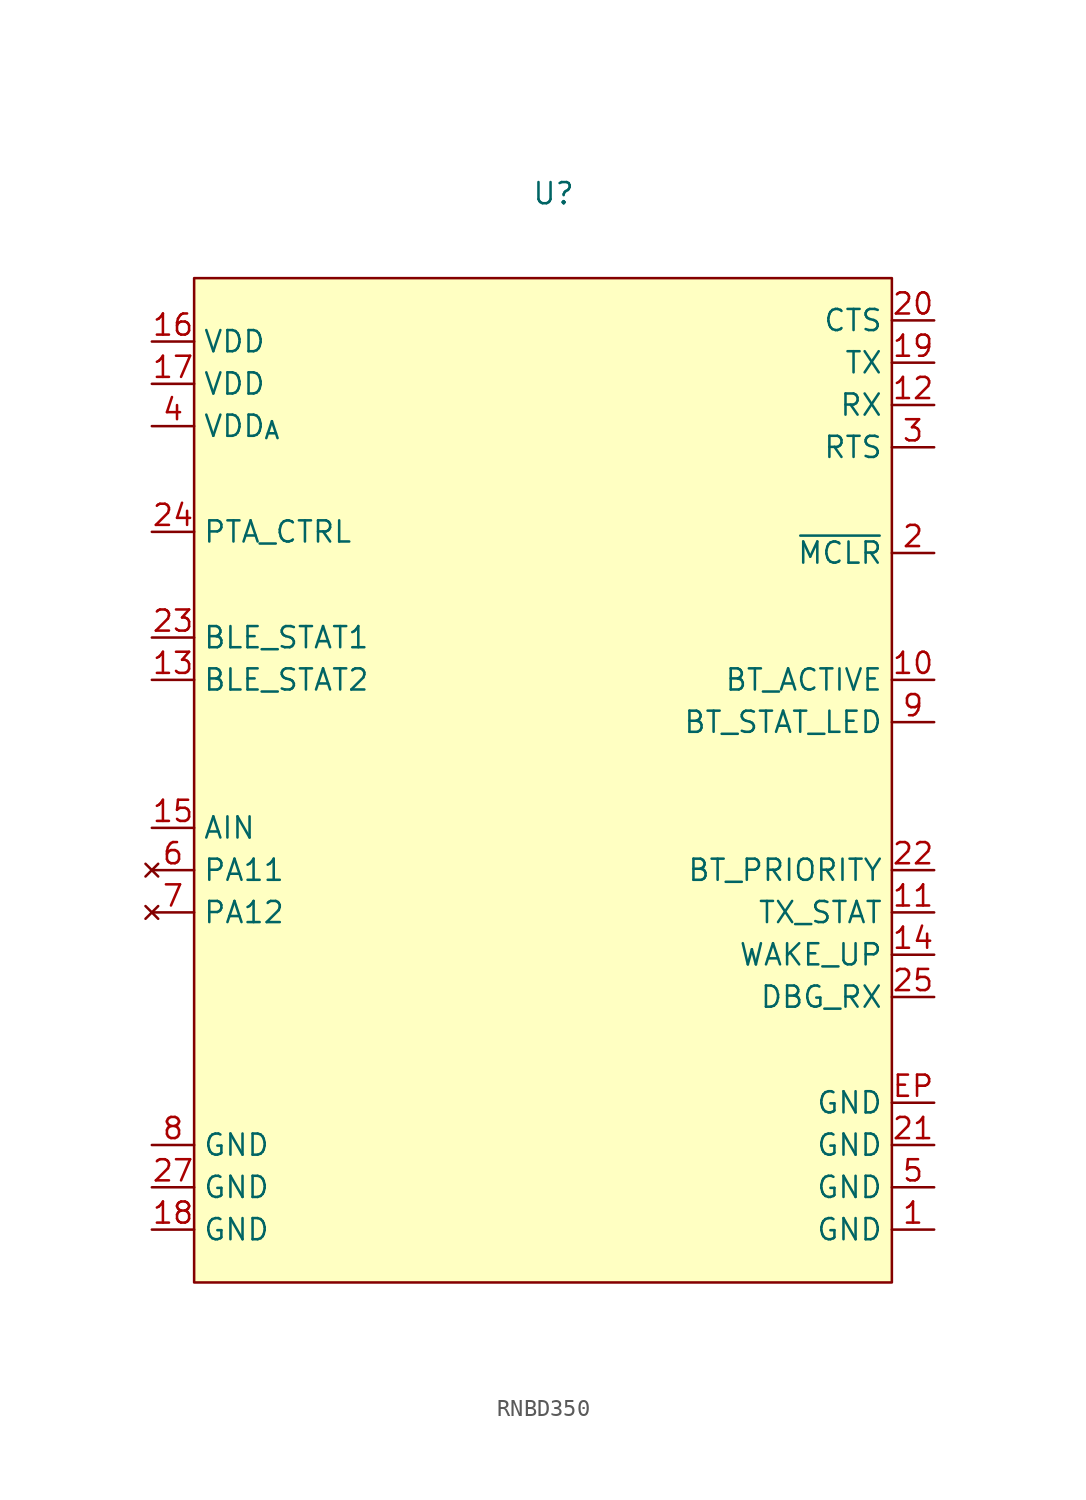
<source format=kicad_sym>
(kicad_symbol_lib
  (version 20231120)
  (generator "kicad_symbol_editor")
  (generator_version "8.0")
  (symbol "RNBD350"
    (property "Reference" "U"
      (at 0 0 0)
      (effects (font (size 1.27 1.27))))
    (property "Value" ""
      (at 0 0 0)
      (effects (font (size 1.27 1.27))))
    (symbol "RNBD350_0_0"
      (pin power_in line (at 22.86 -62.23 180) (length 2.54) (name "GND" (effects (font (size 1.27 1.27)))) (number "1" (effects (font (size 1.27 1.27)))))
      (pin power_in line (at -24.13 -8.89 0) (length 2.54) (name "VDD" (effects (font (size 1.27 1.27)))) (number "16" (effects (font (size 1.27 1.27)))))
      (pin power_in line (at -24.13 -11.43 0) (length 2.54) (name "VDD" (effects (font (size 1.27 1.27)))) (number "17" (effects (font (size 1.27 1.27)))))
      (pin power_in line (at -24.13 -62.23 0) (length 2.54) (name "GND" (effects (font (size 1.27 1.27)))) (number "18" (effects (font (size 1.27 1.27)))))
      (pin passive line (at 22.86 -21.59 180) (length 2.54) (name "~{MCLR}" (effects (font (size 1.27 1.27)))) (number "2" (effects (font (size 1.27 1.27)))))
      (pin power_in line (at 22.86 -57.15 180) (length 2.54) (name "GND" (effects (font (size 1.27 1.27)))) (number "21" (effects (font (size 1.27 1.27)))))
      (pin no_connect line (at -24.13 -45.72 0) (length 2.54) hide (name "NC" (effects (font (size 1.27 1.27)))) (number "26" (effects (font (size 1.27 1.27)))))
      (pin power_in line (at -24.13 -59.69 0) (length 2.54) (name "GND" (effects (font (size 1.27 1.27)))) (number "27" (effects (font (size 1.27 1.27)))))
      (pin no_connect line (at -24.13 -48.26 0) (length 2.54) hide (name "NC" (effects (font (size 1.27 1.27)))) (number "28" (effects (font (size 1.27 1.27)))))
      (pin no_connect line (at -24.13 -53.34 0) (length 2.54) hide (name "NC" (effects (font (size 1.27 1.27)))) (number "29" (effects (font (size 1.27 1.27)))))
      (pin no_connect line (at -24.13 -50.8 0) (length 2.54) hide (name "NC" (effects (font (size 1.27 1.27)))) (number "30" (effects (font (size 1.27 1.27)))))
      (pin power_in line (at -24.13 -13.97 0) (length 2.54) (name "VDD_{A}" (effects (font (size 1.27 1.27)))) (number "4" (effects (font (size 1.27 1.27)))))
      (pin power_in line (at 22.86 -59.69 180) (length 2.54) (name "GND" (effects (font (size 1.27 1.27)))) (number "5" (effects (font (size 1.27 1.27)))))
      (pin power_in line (at -24.13 -57.15 0) (length 2.54) (name "GND" (effects (font (size 1.27 1.27)))) (number "8" (effects (font (size 1.27 1.27)))))
      (pin power_in line (at 22.86 -54.61 180) (length 2.54) (name "GND" (effects (font (size 1.27 1.27)))) (number "EP" (effects (font (size 1.27 1.27))))))
    (symbol "RNBD350_1_0"
      (pin output line (at 22.86 -29.21 180) (length 2.54) (name "BT_ACTIVE" (effects (font (size 1.27 1.27)))) (number "10" (effects (font (size 1.27 1.27)))))
      (pin output line (at 22.86 -43.18 180) (length 2.54) (name "TX_STAT" (effects (font (size 1.27 1.27)))) (number "11" (effects (font (size 1.27 1.27)))))
      (pin input line (at 22.86 -12.7 180) (length 2.54) (name "RX" (effects (font (size 1.27 1.27)))) (number "12" (effects (font (size 1.27 1.27)))))
      (pin output line (at -24.13 -29.21 0) (length 2.54) (name "BLE_STAT2" (effects (font (size 1.27 1.27)))) (number "13" (effects (font (size 1.27 1.27)))))
      (pin input line (at 22.86 -45.72 180) (length 2.54) (name "WAKE_UP" (effects (font (size 1.27 1.27)))) (number "14" (effects (font (size 1.27 1.27)))))
      (pin input line (at -24.13 -38.1 0) (length 2.54) (name "AIN" (effects (font (size 1.27 1.27)))) (number "15" (effects (font (size 1.27 1.27)))))
      (pin output line (at 22.86 -10.16 180) (length 2.54) (name "TX" (effects (font (size 1.27 1.27)))) (number "19" (effects (font (size 1.27 1.27)))))
      (pin input line (at 22.86 -7.62 180) (length 2.54) (name "CTS" (effects (font (size 1.27 1.27)))) (number "20" (effects (font (size 1.27 1.27)))))
      (pin output line (at 22.86 -40.64 180) (length 2.54) (name "BT_PRIORITY" (effects (font (size 1.27 1.27)))) (number "22" (effects (font (size 1.27 1.27)))))
      (pin passive line (at -24.13 -26.67 0) (length 2.54) (name "BLE_STAT1" (effects (font (size 1.27 1.27)))) (number "23" (effects (font (size 1.27 1.27)))))
      (pin passive line (at -24.13 -20.32 0) (length 2.54) (name "PTA_CTRL" (effects (font (size 1.27 1.27)))) (number "24" (effects (font (size 1.27 1.27)))))
      (pin passive line (at 22.86 -48.26 180) (length 2.54) (name "DBG_RX" (effects (font (size 1.27 1.27)))) (number "25" (effects (font (size 1.27 1.27)))))
      (pin output line (at 22.86 -15.24 180) (length 2.54) (name "RTS" (effects (font (size 1.27 1.27)))) (number "3" (effects (font (size 1.27 1.27)))))
      (pin no_connect line (at -24.13 -40.64 0) (length 2.54) (name "PA11" (effects (font (size 1.27 1.27)))) (number "6" (effects (font (size 1.27 1.27)))))
      (pin no_connect line (at -24.13 -43.18 0) (length 2.54) (name "PA12" (effects (font (size 1.27 1.27)))) (number "7" (effects (font (size 1.27 1.27)))))
      (pin output line (at 22.86 -31.75 180) (length 2.54) (name "BT_STAT_LED" (effects (font (size 1.27 1.27)))) (number "9" (effects (font (size 1.27 1.27))))))
    (symbol "RNBD350_1_1"
      (rectangle (start -21.59 -5.08) (end 20.32 -65.405) (stroke (width 0) (type default)) (fill (type background))))))
</source>
